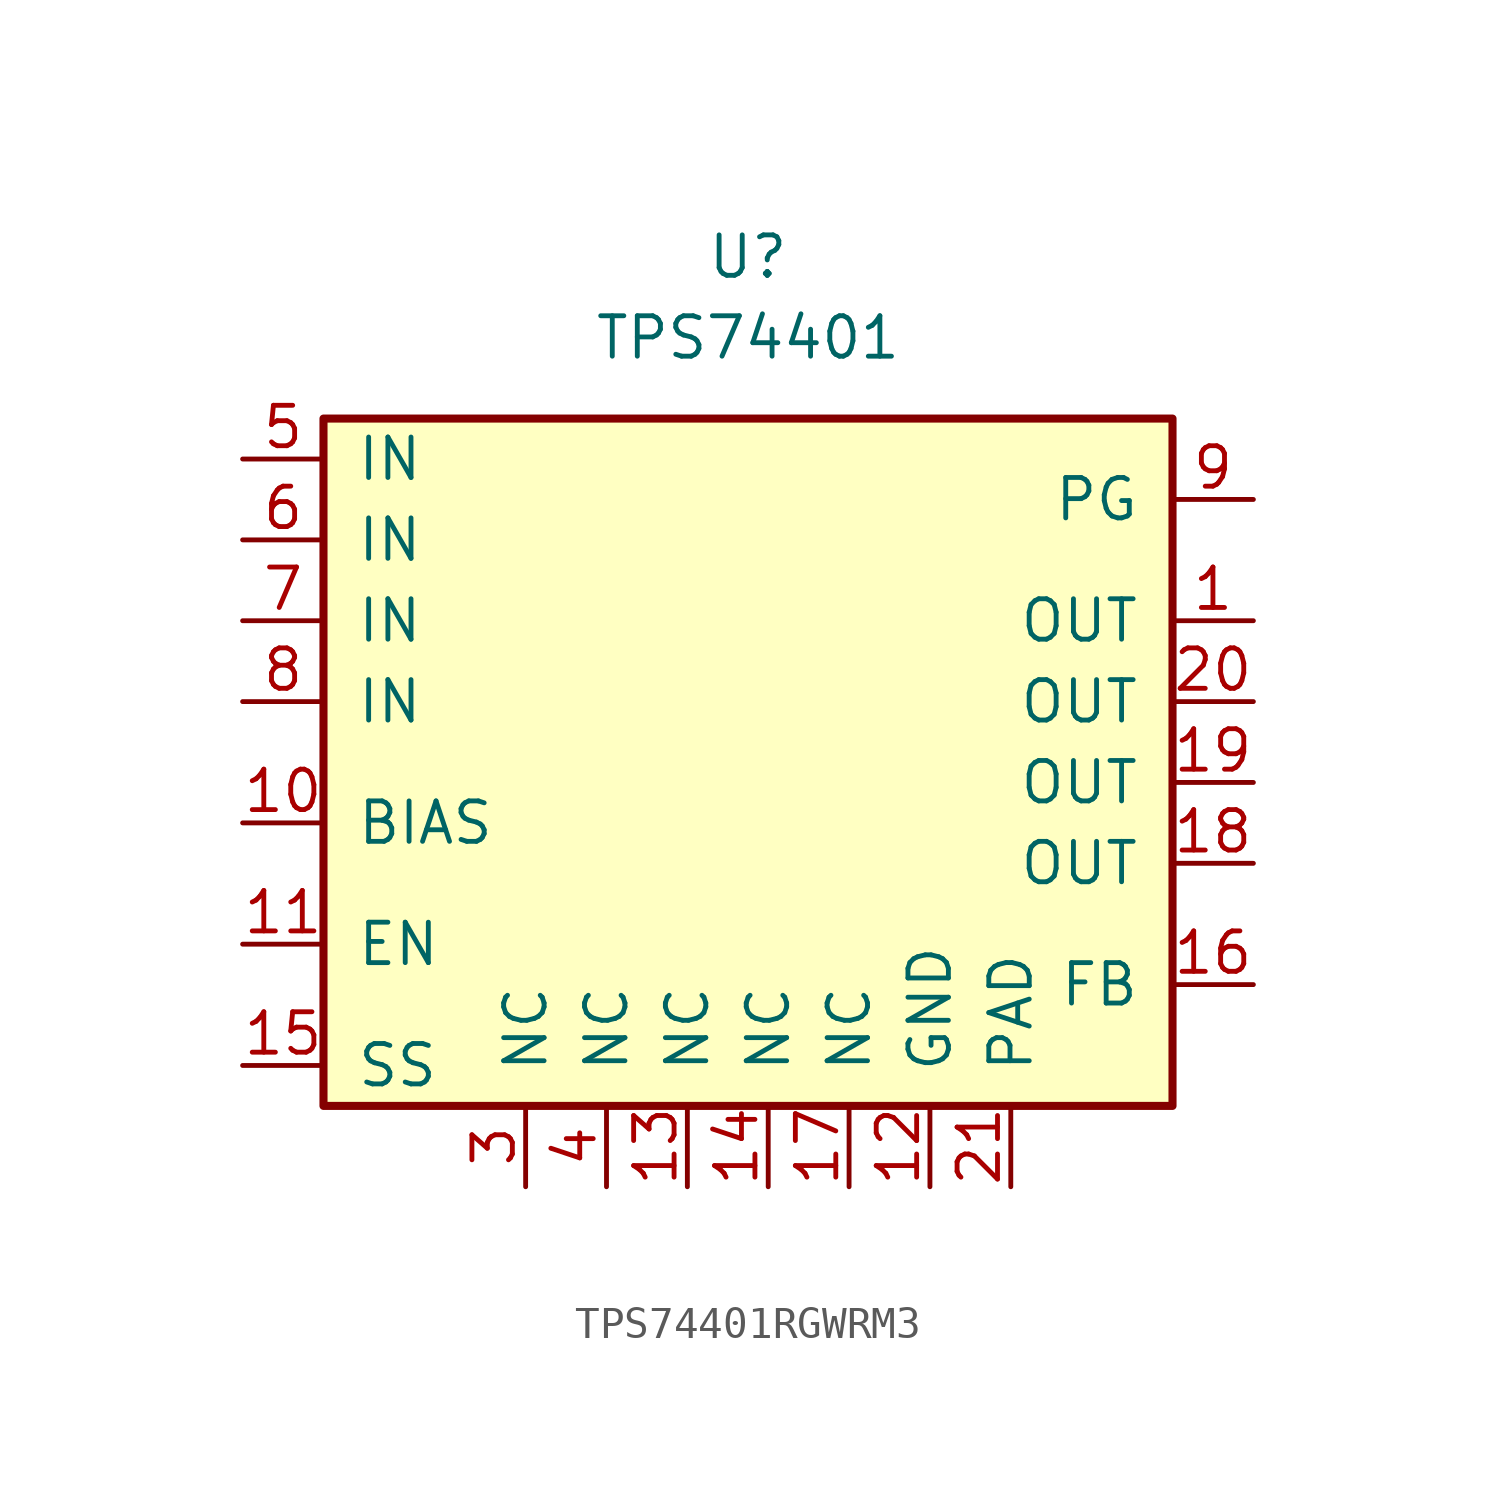
<source format=kicad_sym>
(kicad_symbol_lib
  (version 20241209)
  (generator "kicad_symbol_editor")
  (generator_version "9.0")
  (symbol "TPS74401RGWRM3"
    (pin_names
      (offset 1.016))
    (property "Reference" "U"
      (at 5.715 16.51 0)
      (effects (font (size 1.27 1.27))))
    (property "Value" "TPS74401"
      (at 5.715 13.97 0)
      (effects (font (size 1.27 1.27))))
    (symbol "TPS74401RGWRM3_1_1"
      (rectangle (start -7.62 11.43) (end 19.05 -10.16) (stroke (width 0.254) (type solid)) (fill (type background)))
      (pin power_in line (at -10.16 10.16 0) (length 2.54) (name "IN" (effects (font (size 1.27 1.27)))) (number "5" (effects (font (size 1.27 1.27)))))
      (pin power_in line (at -10.16 7.62 0) (length 2.54) (name "IN" (effects (font (size 1.27 1.27)))) (number "6" (effects (font (size 1.27 1.27)))))
      (pin power_in line (at -10.16 5.08 0) (length 2.54) (name "IN" (effects (font (size 1.27 1.27)))) (number "7" (effects (font (size 1.27 1.27)))))
      (pin power_in line (at -10.16 2.54 0) (length 2.54) (name "IN" (effects (font (size 1.27 1.27)))) (number "8" (effects (font (size 1.27 1.27)))))
      (pin input line (at -10.16 -1.27 0) (length 2.54) (name "BIAS" (effects (font (size 1.27 1.27)))) (number "10" (effects (font (size 1.27 1.27)))))
      (pin input line (at -10.16 -5.08 0) (length 2.54) (name "EN" (effects (font (size 1.27 1.27)))) (number "11" (effects (font (size 1.27 1.27)))))
      (pin input line (at -10.16 -8.89 0) (length 2.54) (name "SS" (effects (font (size 1.27 1.27)))) (number "15" (effects (font (size 1.27 1.27)))))
      (pin no_connect line (at -2.54 13.97 270) (length 2.54) (hide yes) (name "NC" (effects (font (size 1.27 1.27)))) (number "2" (effects (font (size 1.27 1.27)))))
      (pin free line (at -1.27 -12.7 90) (length 2.54) (name "NC" (effects (font (size 1.27 1.27)))) (number "3" (effects (font (size 1.27 1.27)))))
      (pin free line (at 1.27 -12.7 90) (length 2.54) (name "NC" (effects (font (size 1.27 1.27)))) (number "4" (effects (font (size 1.27 1.27)))))
      (pin free line (at 3.81 -12.7 90) (length 2.54) (name "NC" (effects (font (size 1.27 1.27)))) (number "13" (effects (font (size 1.27 1.27)))))
      (pin free line (at 6.35 -12.7 90) (length 2.54) (name "NC" (effects (font (size 1.27 1.27)))) (number "14" (effects (font (size 1.27 1.27)))))
      (pin free line (at 8.89 -12.7 90) (length 2.54) (name "NC" (effects (font (size 1.27 1.27)))) (number "17" (effects (font (size 1.27 1.27)))))
      (pin power_in line (at 11.43 -12.7 90) (length 2.54) (name "GND" (effects (font (size 1.27 1.27)))) (number "12" (effects (font (size 1.27 1.27)))))
      (pin power_in line (at 13.97 -12.7 90) (length 2.54) (name "PAD" (effects (font (size 1.27 1.27)))) (number "21" (effects (font (size 1.27 1.27)))))
      (pin output line (at 21.59 8.89 180) (length 2.54) (name "PG" (effects (font (size 1.27 1.27)))) (number "9" (effects (font (size 1.27 1.27)))))
      (pin power_out line (at 21.59 5.08 180) (length 2.54) (name "OUT" (effects (font (size 1.27 1.27)))) (number "1" (effects (font (size 1.27 1.27)))))
      (pin power_out line (at 21.59 2.54 180) (length 2.54) (name "OUT" (effects (font (size 1.27 1.27)))) (number "20" (effects (font (size 1.27 1.27)))))
      (pin power_out line (at 21.59 0 180) (length 2.54) (name "OUT" (effects (font (size 1.27 1.27)))) (number "19" (effects (font (size 1.27 1.27)))))
      (pin power_out line (at 21.59 -2.54 180) (length 2.54) (name "OUT" (effects (font (size 1.27 1.27)))) (number "18" (effects (font (size 1.27 1.27)))))
      (pin input line (at 21.59 -6.35 180) (length 2.54) (name "FB" (effects (font (size 1.27 1.27)))) (number "16" (effects (font (size 1.27 1.27))))))))
</source>
